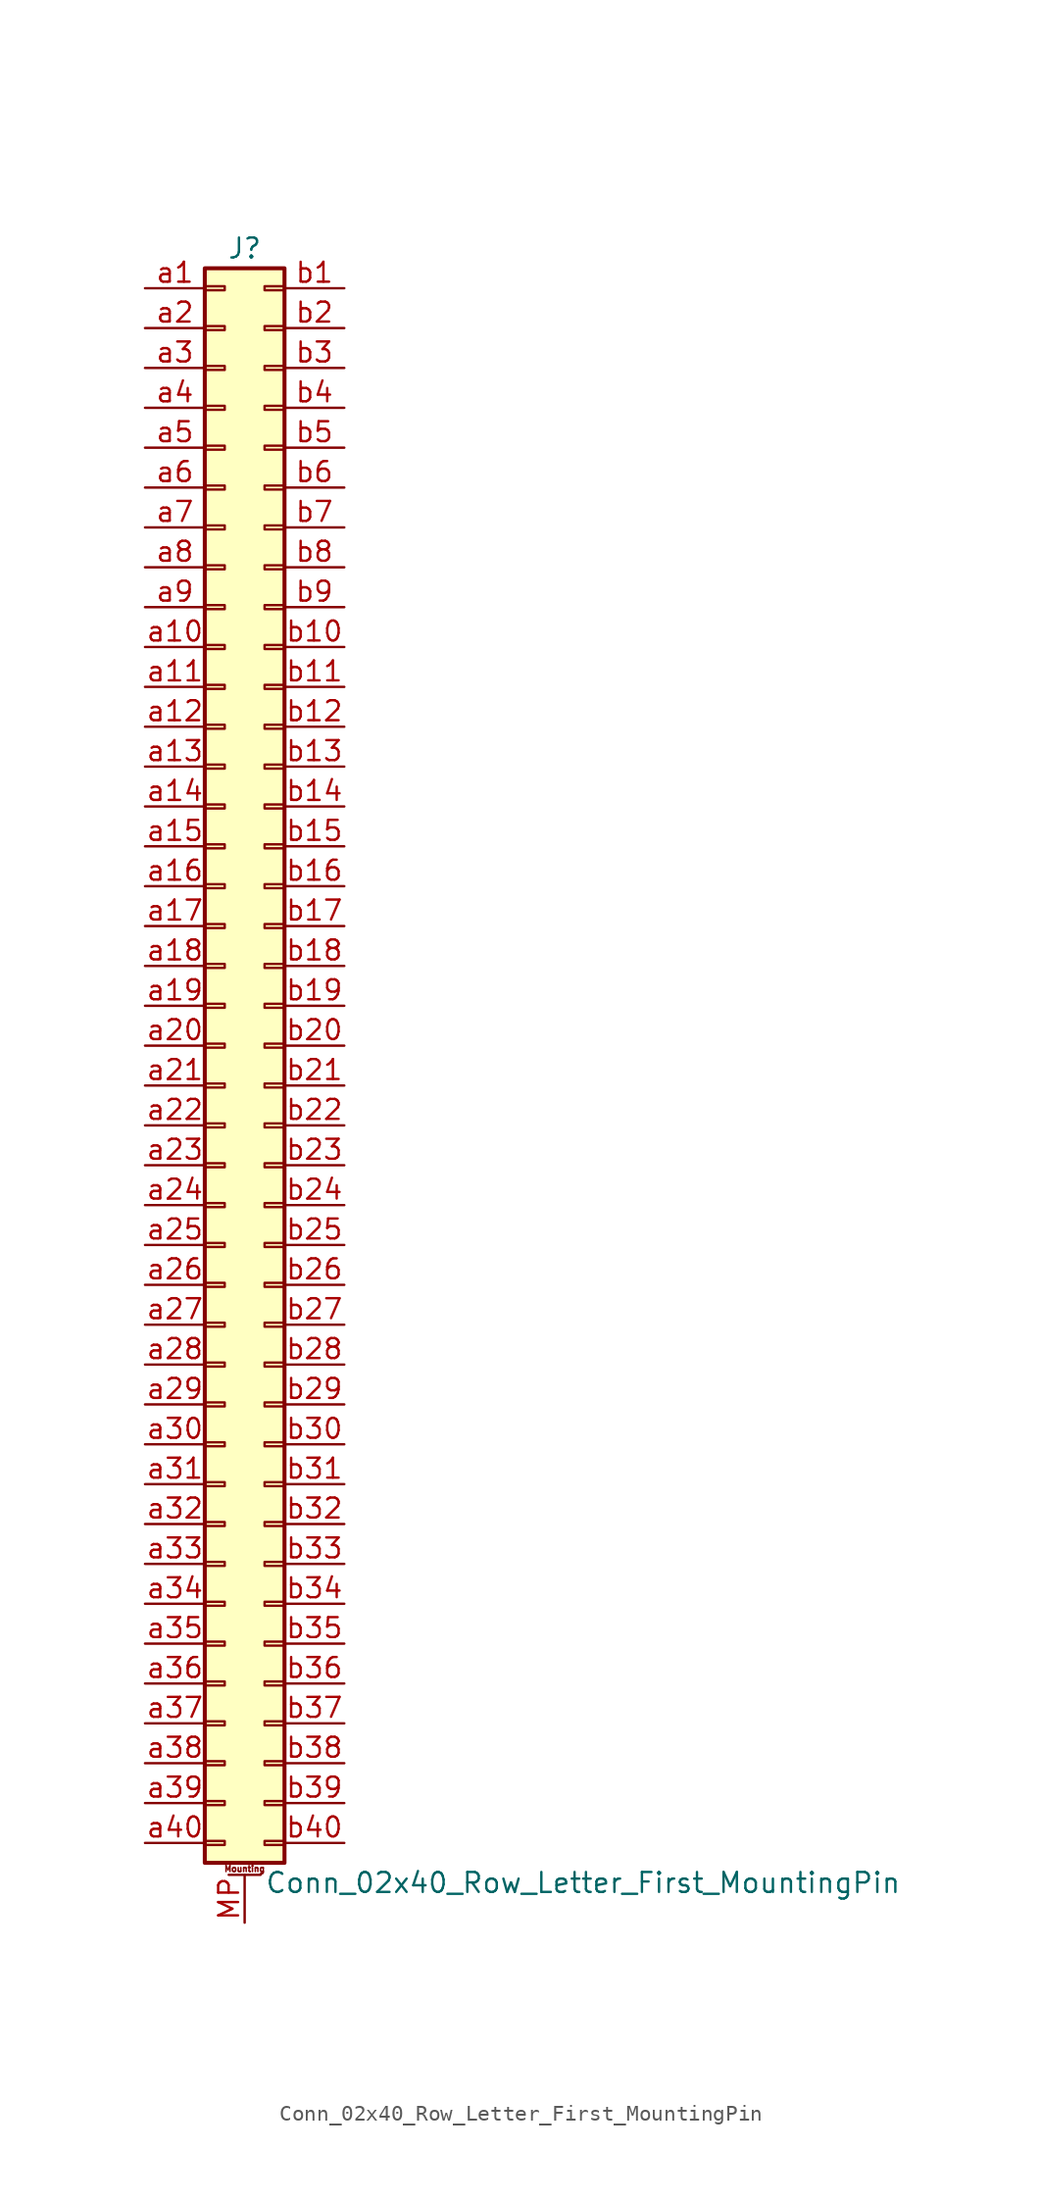
<source format=kicad_sym>
(kicad_symbol_lib
  (version 20201005)
  (generator kicad_symbol_editor)
  (symbol "Connector_Generic_MountingPin:Conn_02x40_Row_Letter_First_MountingPin"
    (pin_names
      (offset 1.016) hide)
    (property "Reference" "J"
      (at 1.27 50.8 0)
      (effects (font (size 1.27 1.27))))
    (property "Value" "Conn_02x40_Row_Letter_First_MountingPin"
      (at 2.54 -53.34 0)
      (effects (font (size 1.27 1.27)) (justify left)))
    (symbol "Conn_02x40_Row_Letter_First_MountingPin_1_1"
      (text "Mounting" (at 1.27 -52.451 0) (effects (font (size 0.381 0.381))))
      (rectangle (start -1.27 -27.813) (end 0 -28.067) (stroke (width 0.152)) (fill (type none)))
      (rectangle (start -1.27 -30.353) (end 0 -30.607) (stroke (width 0.152)) (fill (type none)))
      (rectangle (start -1.27 -32.893) (end 0 -33.147) (stroke (width 0.152)) (fill (type none)))
      (rectangle (start -1.27 -35.433) (end 0 -35.687) (stroke (width 0.152)) (fill (type none)))
      (rectangle (start -1.27 -37.973) (end 0 -38.227) (stroke (width 0.152)) (fill (type none)))
      (rectangle (start -1.27 -40.513) (end 0 -40.767) (stroke (width 0.152)) (fill (type none)))
      (rectangle (start -1.27 -43.053) (end 0 -43.307) (stroke (width 0.152)) (fill (type none)))
      (rectangle (start -1.27 -45.593) (end 0 -45.847) (stroke (width 0.152)) (fill (type none)))
      (rectangle (start -1.27 -48.133) (end 0 -48.387) (stroke (width 0.152)) (fill (type none)))
      (rectangle (start -1.27 -4.953) (end 0 -5.207) (stroke (width 0.152)) (fill (type none)))
      (rectangle (start -1.27 -50.673) (end 0 -50.927) (stroke (width 0.152)) (fill (type none)))
      (rectangle (start -1.27 -7.493) (end 0 -7.747) (stroke (width 0.152)) (fill (type none)))
      (rectangle (start -1.27 -10.033) (end 0 -10.287) (stroke (width 0.152)) (fill (type none)))
      (rectangle (start -1.27 -12.573) (end 0 -12.827) (stroke (width 0.152)) (fill (type none)))
      (rectangle (start -1.27 -15.113) (end 0 -15.367) (stroke (width 0.152)) (fill (type none)))
      (rectangle (start -1.27 -17.653) (end 0 -17.907) (stroke (width 0.152)) (fill (type none)))
      (rectangle (start -1.27 -20.193) (end 0 -20.447) (stroke (width 0.152)) (fill (type none)))
      (rectangle (start -1.27 -22.733) (end 0 -22.987) (stroke (width 0.152)) (fill (type none)))
      (rectangle (start -1.27 -2.413) (end 0 -2.667) (stroke (width 0.152)) (fill (type none)))
      (rectangle (start -1.27 -25.273) (end 0 -25.527) (stroke (width 0.152)) (fill (type none)))
      (rectangle (start -1.27 25.527) (end 0 25.273) (stroke (width 0.152)) (fill (type none)))
      (rectangle (start -1.27 2.667) (end 0 2.413) (stroke (width 0.152)) (fill (type none)))
      (rectangle (start -1.27 28.067) (end 0 27.813) (stroke (width 0.152)) (fill (type none)))
      (rectangle (start -1.27 30.607) (end 0 30.353) (stroke (width 0.152)) (fill (type none)))
      (rectangle (start -1.27 33.147) (end 0 32.893) (stroke (width 0.152)) (fill (type none)))
      (rectangle (start -1.27 35.687) (end 0 35.433) (stroke (width 0.152)) (fill (type none)))
      (rectangle (start -1.27 38.227) (end 0 37.973) (stroke (width 0.152)) (fill (type none)))
      (rectangle (start -1.27 40.767) (end 0 40.513) (stroke (width 0.152)) (fill (type none)))
      (rectangle (start -1.27 43.307) (end 0 43.053) (stroke (width 0.152)) (fill (type none)))
      (rectangle (start -1.27 45.847) (end 0 45.593) (stroke (width 0.152)) (fill (type none)))
      (rectangle (start -1.27 48.387) (end 0 48.133) (stroke (width 0.152)) (fill (type none)))
      (rectangle (start -1.27 49.53) (end 3.81 -52.07) (stroke (width 0.254)) (fill (type background)))
      (rectangle (start -1.27 5.207) (end 0 4.953) (stroke (width 0.152)) (fill (type none)))
      (rectangle (start -1.27 7.747) (end 0 7.493) (stroke (width 0.152)) (fill (type none)))
      (rectangle (start -1.27 10.287) (end 0 10.033) (stroke (width 0.152)) (fill (type none)))
      (rectangle (start -1.27 0.127) (end 0 -0.127) (stroke (width 0.152)) (fill (type none)))
      (rectangle (start -1.27 12.827) (end 0 12.573) (stroke (width 0.152)) (fill (type none)))
      (rectangle (start -1.27 15.367) (end 0 15.113) (stroke (width 0.152)) (fill (type none)))
      (rectangle (start -1.27 17.907) (end 0 17.653) (stroke (width 0.152)) (fill (type none)))
      (rectangle (start -1.27 20.447) (end 0 20.193) (stroke (width 0.152)) (fill (type none)))
      (rectangle (start -1.27 22.987) (end 0 22.733) (stroke (width 0.152)) (fill (type none)))
      (rectangle (start 3.81 -27.813) (end 2.54 -28.067) (stroke (width 0.152)) (fill (type none)))
      (rectangle (start 3.81 -30.353) (end 2.54 -30.607) (stroke (width 0.152)) (fill (type none)))
      (rectangle (start 3.81 -32.893) (end 2.54 -33.147) (stroke (width 0.152)) (fill (type none)))
      (rectangle (start 3.81 -35.433) (end 2.54 -35.687) (stroke (width 0.152)) (fill (type none)))
      (rectangle (start 3.81 -37.973) (end 2.54 -38.227) (stroke (width 0.152)) (fill (type none)))
      (rectangle (start 3.81 -40.513) (end 2.54 -40.767) (stroke (width 0.152)) (fill (type none)))
      (rectangle (start 3.81 -43.053) (end 2.54 -43.307) (stroke (width 0.152)) (fill (type none)))
      (rectangle (start 3.81 -45.593) (end 2.54 -45.847) (stroke (width 0.152)) (fill (type none)))
      (rectangle (start 3.81 -48.133) (end 2.54 -48.387) (stroke (width 0.152)) (fill (type none)))
      (rectangle (start 3.81 -4.953) (end 2.54 -5.207) (stroke (width 0.152)) (fill (type none)))
      (rectangle (start 3.81 -50.673) (end 2.54 -50.927) (stroke (width 0.152)) (fill (type none)))
      (rectangle (start 3.81 -7.493) (end 2.54 -7.747) (stroke (width 0.152)) (fill (type none)))
      (rectangle (start 3.81 -10.033) (end 2.54 -10.287) (stroke (width 0.152)) (fill (type none)))
      (rectangle (start 3.81 -12.573) (end 2.54 -12.827) (stroke (width 0.152)) (fill (type none)))
      (rectangle (start 3.81 -15.113) (end 2.54 -15.367) (stroke (width 0.152)) (fill (type none)))
      (rectangle (start 3.81 -17.653) (end 2.54 -17.907) (stroke (width 0.152)) (fill (type none)))
      (rectangle (start 3.81 -20.193) (end 2.54 -20.447) (stroke (width 0.152)) (fill (type none)))
      (rectangle (start 3.81 -22.733) (end 2.54 -22.987) (stroke (width 0.152)) (fill (type none)))
      (rectangle (start 3.81 -2.413) (end 2.54 -2.667) (stroke (width 0.152)) (fill (type none)))
      (rectangle (start 3.81 -25.273) (end 2.54 -25.527) (stroke (width 0.152)) (fill (type none)))
      (rectangle (start 3.81 25.527) (end 2.54 25.273) (stroke (width 0.152)) (fill (type none)))
      (rectangle (start 3.81 2.667) (end 2.54 2.413) (stroke (width 0.152)) (fill (type none)))
      (rectangle (start 3.81 28.067) (end 2.54 27.813) (stroke (width 0.152)) (fill (type none)))
      (rectangle (start 3.81 30.607) (end 2.54 30.353) (stroke (width 0.152)) (fill (type none)))
      (rectangle (start 3.81 33.147) (end 2.54 32.893) (stroke (width 0.152)) (fill (type none)))
      (rectangle (start 3.81 35.687) (end 2.54 35.433) (stroke (width 0.152)) (fill (type none)))
      (rectangle (start 3.81 38.227) (end 2.54 37.973) (stroke (width 0.152)) (fill (type none)))
      (rectangle (start 3.81 40.767) (end 2.54 40.513) (stroke (width 0.152)) (fill (type none)))
      (rectangle (start 3.81 43.307) (end 2.54 43.053) (stroke (width 0.152)) (fill (type none)))
      (rectangle (start 3.81 45.847) (end 2.54 45.593) (stroke (width 0.152)) (fill (type none)))
      (rectangle (start 3.81 48.387) (end 2.54 48.133) (stroke (width 0.152)) (fill (type none)))
      (rectangle (start 3.81 5.207) (end 2.54 4.953) (stroke (width 0.152)) (fill (type none)))
      (rectangle (start 3.81 7.747) (end 2.54 7.493) (stroke (width 0.152)) (fill (type none)))
      (rectangle (start 3.81 10.287) (end 2.54 10.033) (stroke (width 0.152)) (fill (type none)))
      (rectangle (start 3.81 0.127) (end 2.54 -0.127) (stroke (width 0.152)) (fill (type none)))
      (rectangle (start 3.81 12.827) (end 2.54 12.573) (stroke (width 0.152)) (fill (type none)))
      (rectangle (start 3.81 15.367) (end 2.54 15.113) (stroke (width 0.152)) (fill (type none)))
      (rectangle (start 3.81 17.907) (end 2.54 17.653) (stroke (width 0.152)) (fill (type none)))
      (rectangle (start 3.81 20.447) (end 2.54 20.193) (stroke (width 0.152)) (fill (type none)))
      (rectangle (start 3.81 22.987) (end 2.54 22.733) (stroke (width 0.152)) (fill (type none)))
      (polyline (pts (xy 0.254 -52.832) (xy 2.286 -52.832)) (stroke (width 0.152)) (fill (type none)))
      (pin passive line (at 1.27 -55.88 90) (length 3.048) (name "MountPin" (effects (font (size 1.27 1.27)))) (number "MP" (effects (font (size 1.27 1.27)))))
      (pin passive line (at -5.08 48.26 0) (length 3.81) (name "Pin_a1" (effects (font (size 1.27 1.27)))) (number "a1" (effects (font (size 1.27 1.27)))))
      (pin passive line (at -5.08 25.4 0) (length 3.81) (name "Pin_a10" (effects (font (size 1.27 1.27)))) (number "a10" (effects (font (size 1.27 1.27)))))
      (pin passive line (at -5.08 22.86 0) (length 3.81) (name "Pin_a11" (effects (font (size 1.27 1.27)))) (number "a11" (effects (font (size 1.27 1.27)))))
      (pin passive line (at -5.08 20.32 0) (length 3.81) (name "Pin_a12" (effects (font (size 1.27 1.27)))) (number "a12" (effects (font (size 1.27 1.27)))))
      (pin passive line (at -5.08 17.78 0) (length 3.81) (name "Pin_a13" (effects (font (size 1.27 1.27)))) (number "a13" (effects (font (size 1.27 1.27)))))
      (pin passive line (at -5.08 15.24 0) (length 3.81) (name "Pin_a14" (effects (font (size 1.27 1.27)))) (number "a14" (effects (font (size 1.27 1.27)))))
      (pin passive line (at -5.08 12.7 0) (length 3.81) (name "Pin_a15" (effects (font (size 1.27 1.27)))) (number "a15" (effects (font (size 1.27 1.27)))))
      (pin passive line (at -5.08 10.16 0) (length 3.81) (name "Pin_a16" (effects (font (size 1.27 1.27)))) (number "a16" (effects (font (size 1.27 1.27)))))
      (pin passive line (at -5.08 7.62 0) (length 3.81) (name "Pin_a17" (effects (font (size 1.27 1.27)))) (number "a17" (effects (font (size 1.27 1.27)))))
      (pin passive line (at -5.08 5.08 0) (length 3.81) (name "Pin_a18" (effects (font (size 1.27 1.27)))) (number "a18" (effects (font (size 1.27 1.27)))))
      (pin passive line (at -5.08 2.54 0) (length 3.81) (name "Pin_a19" (effects (font (size 1.27 1.27)))) (number "a19" (effects (font (size 1.27 1.27)))))
      (pin passive line (at -5.08 45.72 0) (length 3.81) (name "Pin_a2" (effects (font (size 1.27 1.27)))) (number "a2" (effects (font (size 1.27 1.27)))))
      (pin passive line (at -5.08 0 0) (length 3.81) (name "Pin_a20" (effects (font (size 1.27 1.27)))) (number "a20" (effects (font (size 1.27 1.27)))))
      (pin passive line (at -5.08 -2.54 0) (length 3.81) (name "Pin_a21" (effects (font (size 1.27 1.27)))) (number "a21" (effects (font (size 1.27 1.27)))))
      (pin passive line (at -5.08 -5.08 0) (length 3.81) (name "Pin_a22" (effects (font (size 1.27 1.27)))) (number "a22" (effects (font (size 1.27 1.27)))))
      (pin passive line (at -5.08 -7.62 0) (length 3.81) (name "Pin_a23" (effects (font (size 1.27 1.27)))) (number "a23" (effects (font (size 1.27 1.27)))))
      (pin passive line (at -5.08 -10.16 0) (length 3.81) (name "Pin_a24" (effects (font (size 1.27 1.27)))) (number "a24" (effects (font (size 1.27 1.27)))))
      (pin passive line (at -5.08 -12.7 0) (length 3.81) (name "Pin_a25" (effects (font (size 1.27 1.27)))) (number "a25" (effects (font (size 1.27 1.27)))))
      (pin passive line (at -5.08 -15.24 0) (length 3.81) (name "Pin_a26" (effects (font (size 1.27 1.27)))) (number "a26" (effects (font (size 1.27 1.27)))))
      (pin passive line (at -5.08 -17.78 0) (length 3.81) (name "Pin_a27" (effects (font (size 1.27 1.27)))) (number "a27" (effects (font (size 1.27 1.27)))))
      (pin passive line (at -5.08 -20.32 0) (length 3.81) (name "Pin_a28" (effects (font (size 1.27 1.27)))) (number "a28" (effects (font (size 1.27 1.27)))))
      (pin passive line (at -5.08 -22.86 0) (length 3.81) (name "Pin_a29" (effects (font (size 1.27 1.27)))) (number "a29" (effects (font (size 1.27 1.27)))))
      (pin passive line (at -5.08 43.18 0) (length 3.81) (name "Pin_a3" (effects (font (size 1.27 1.27)))) (number "a3" (effects (font (size 1.27 1.27)))))
      (pin passive line (at -5.08 -25.4 0) (length 3.81) (name "Pin_a30" (effects (font (size 1.27 1.27)))) (number "a30" (effects (font (size 1.27 1.27)))))
      (pin passive line (at -5.08 -27.94 0) (length 3.81) (name "Pin_a31" (effects (font (size 1.27 1.27)))) (number "a31" (effects (font (size 1.27 1.27)))))
      (pin passive line (at -5.08 -30.48 0) (length 3.81) (name "Pin_a32" (effects (font (size 1.27 1.27)))) (number "a32" (effects (font (size 1.27 1.27)))))
      (pin passive line (at -5.08 -33.02 0) (length 3.81) (name "Pin_a33" (effects (font (size 1.27 1.27)))) (number "a33" (effects (font (size 1.27 1.27)))))
      (pin passive line (at -5.08 -35.56 0) (length 3.81) (name "Pin_a34" (effects (font (size 1.27 1.27)))) (number "a34" (effects (font (size 1.27 1.27)))))
      (pin passive line (at -5.08 -38.1 0) (length 3.81) (name "Pin_a35" (effects (font (size 1.27 1.27)))) (number "a35" (effects (font (size 1.27 1.27)))))
      (pin passive line (at -5.08 -40.64 0) (length 3.81) (name "Pin_a36" (effects (font (size 1.27 1.27)))) (number "a36" (effects (font (size 1.27 1.27)))))
      (pin passive line (at -5.08 -43.18 0) (length 3.81) (name "Pin_a37" (effects (font (size 1.27 1.27)))) (number "a37" (effects (font (size 1.27 1.27)))))
      (pin passive line (at -5.08 -45.72 0) (length 3.81) (name "Pin_a38" (effects (font (size 1.27 1.27)))) (number "a38" (effects (font (size 1.27 1.27)))))
      (pin passive line (at -5.08 -48.26 0) (length 3.81) (name "Pin_a39" (effects (font (size 1.27 1.27)))) (number "a39" (effects (font (size 1.27 1.27)))))
      (pin passive line (at -5.08 40.64 0) (length 3.81) (name "Pin_a4" (effects (font (size 1.27 1.27)))) (number "a4" (effects (font (size 1.27 1.27)))))
      (pin passive line (at -5.08 -50.8 0) (length 3.81) (name "Pin_a40" (effects (font (size 1.27 1.27)))) (number "a40" (effects (font (size 1.27 1.27)))))
      (pin passive line (at -5.08 38.1 0) (length 3.81) (name "Pin_a5" (effects (font (size 1.27 1.27)))) (number "a5" (effects (font (size 1.27 1.27)))))
      (pin passive line (at -5.08 35.56 0) (length 3.81) (name "Pin_a6" (effects (font (size 1.27 1.27)))) (number "a6" (effects (font (size 1.27 1.27)))))
      (pin passive line (at -5.08 33.02 0) (length 3.81) (name "Pin_a7" (effects (font (size 1.27 1.27)))) (number "a7" (effects (font (size 1.27 1.27)))))
      (pin passive line (at -5.08 30.48 0) (length 3.81) (name "Pin_a8" (effects (font (size 1.27 1.27)))) (number "a8" (effects (font (size 1.27 1.27)))))
      (pin passive line (at -5.08 27.94 0) (length 3.81) (name "Pin_a9" (effects (font (size 1.27 1.27)))) (number "a9" (effects (font (size 1.27 1.27)))))
      (pin passive line (at 7.62 48.26 180) (length 3.81) (name "Pin_b1" (effects (font (size 1.27 1.27)))) (number "b1" (effects (font (size 1.27 1.27)))))
      (pin passive line (at 7.62 25.4 180) (length 3.81) (name "Pin_b10" (effects (font (size 1.27 1.27)))) (number "b10" (effects (font (size 1.27 1.27)))))
      (pin passive line (at 7.62 22.86 180) (length 3.81) (name "Pin_b11" (effects (font (size 1.27 1.27)))) (number "b11" (effects (font (size 1.27 1.27)))))
      (pin passive line (at 7.62 20.32 180) (length 3.81) (name "Pin_b12" (effects (font (size 1.27 1.27)))) (number "b12" (effects (font (size 1.27 1.27)))))
      (pin passive line (at 7.62 17.78 180) (length 3.81) (name "Pin_b13" (effects (font (size 1.27 1.27)))) (number "b13" (effects (font (size 1.27 1.27)))))
      (pin passive line (at 7.62 15.24 180) (length 3.81) (name "Pin_b14" (effects (font (size 1.27 1.27)))) (number "b14" (effects (font (size 1.27 1.27)))))
      (pin passive line (at 7.62 12.7 180) (length 3.81) (name "Pin_b15" (effects (font (size 1.27 1.27)))) (number "b15" (effects (font (size 1.27 1.27)))))
      (pin passive line (at 7.62 10.16 180) (length 3.81) (name "Pin_b16" (effects (font (size 1.27 1.27)))) (number "b16" (effects (font (size 1.27 1.27)))))
      (pin passive line (at 7.62 7.62 180) (length 3.81) (name "Pin_b17" (effects (font (size 1.27 1.27)))) (number "b17" (effects (font (size 1.27 1.27)))))
      (pin passive line (at 7.62 5.08 180) (length 3.81) (name "Pin_b18" (effects (font (size 1.27 1.27)))) (number "b18" (effects (font (size 1.27 1.27)))))
      (pin passive line (at 7.62 2.54 180) (length 3.81) (name "Pin_b19" (effects (font (size 1.27 1.27)))) (number "b19" (effects (font (size 1.27 1.27)))))
      (pin passive line (at 7.62 45.72 180) (length 3.81) (name "Pin_b2" (effects (font (size 1.27 1.27)))) (number "b2" (effects (font (size 1.27 1.27)))))
      (pin passive line (at 7.62 0 180) (length 3.81) (name "Pin_b20" (effects (font (size 1.27 1.27)))) (number "b20" (effects (font (size 1.27 1.27)))))
      (pin passive line (at 7.62 -2.54 180) (length 3.81) (name "Pin_b21" (effects (font (size 1.27 1.27)))) (number "b21" (effects (font (size 1.27 1.27)))))
      (pin passive line (at 7.62 -5.08 180) (length 3.81) (name "Pin_b22" (effects (font (size 1.27 1.27)))) (number "b22" (effects (font (size 1.27 1.27)))))
      (pin passive line (at 7.62 -7.62 180) (length 3.81) (name "Pin_b23" (effects (font (size 1.27 1.27)))) (number "b23" (effects (font (size 1.27 1.27)))))
      (pin passive line (at 7.62 -10.16 180) (length 3.81) (name "Pin_b24" (effects (font (size 1.27 1.27)))) (number "b24" (effects (font (size 1.27 1.27)))))
      (pin passive line (at 7.62 -12.7 180) (length 3.81) (name "Pin_b25" (effects (font (size 1.27 1.27)))) (number "b25" (effects (font (size 1.27 1.27)))))
      (pin passive line (at 7.62 -15.24 180) (length 3.81) (name "Pin_b26" (effects (font (size 1.27 1.27)))) (number "b26" (effects (font (size 1.27 1.27)))))
      (pin passive line (at 7.62 -17.78 180) (length 3.81) (name "Pin_b27" (effects (font (size 1.27 1.27)))) (number "b27" (effects (font (size 1.27 1.27)))))
      (pin passive line (at 7.62 -20.32 180) (length 3.81) (name "Pin_b28" (effects (font (size 1.27 1.27)))) (number "b28" (effects (font (size 1.27 1.27)))))
      (pin passive line (at 7.62 -22.86 180) (length 3.81) (name "Pin_b29" (effects (font (size 1.27 1.27)))) (number "b29" (effects (font (size 1.27 1.27)))))
      (pin passive line (at 7.62 43.18 180) (length 3.81) (name "Pin_b3" (effects (font (size 1.27 1.27)))) (number "b3" (effects (font (size 1.27 1.27)))))
      (pin passive line (at 7.62 -25.4 180) (length 3.81) (name "Pin_b30" (effects (font (size 1.27 1.27)))) (number "b30" (effects (font (size 1.27 1.27)))))
      (pin passive line (at 7.62 -27.94 180) (length 3.81) (name "Pin_b31" (effects (font (size 1.27 1.27)))) (number "b31" (effects (font (size 1.27 1.27)))))
      (pin passive line (at 7.62 -30.48 180) (length 3.81) (name "Pin_b32" (effects (font (size 1.27 1.27)))) (number "b32" (effects (font (size 1.27 1.27)))))
      (pin passive line (at 7.62 -33.02 180) (length 3.81) (name "Pin_b33" (effects (font (size 1.27 1.27)))) (number "b33" (effects (font (size 1.27 1.27)))))
      (pin passive line (at 7.62 -35.56 180) (length 3.81) (name "Pin_b34" (effects (font (size 1.27 1.27)))) (number "b34" (effects (font (size 1.27 1.27)))))
      (pin passive line (at 7.62 -38.1 180) (length 3.81) (name "Pin_b35" (effects (font (size 1.27 1.27)))) (number "b35" (effects (font (size 1.27 1.27)))))
      (pin passive line (at 7.62 -40.64 180) (length 3.81) (name "Pin_b36" (effects (font (size 1.27 1.27)))) (number "b36" (effects (font (size 1.27 1.27)))))
      (pin passive line (at 7.62 -43.18 180) (length 3.81) (name "Pin_b37" (effects (font (size 1.27 1.27)))) (number "b37" (effects (font (size 1.27 1.27)))))
      (pin passive line (at 7.62 -45.72 180) (length 3.81) (name "Pin_b38" (effects (font (size 1.27 1.27)))) (number "b38" (effects (font (size 1.27 1.27)))))
      (pin passive line (at 7.62 -48.26 180) (length 3.81) (name "Pin_b39" (effects (font (size 1.27 1.27)))) (number "b39" (effects (font (size 1.27 1.27)))))
      (pin passive line (at 7.62 40.64 180) (length 3.81) (name "Pin_b4" (effects (font (size 1.27 1.27)))) (number "b4" (effects (font (size 1.27 1.27)))))
      (pin passive line (at 7.62 -50.8 180) (length 3.81) (name "Pin_b40" (effects (font (size 1.27 1.27)))) (number "b40" (effects (font (size 1.27 1.27)))))
      (pin passive line (at 7.62 38.1 180) (length 3.81) (name "Pin_b5" (effects (font (size 1.27 1.27)))) (number "b5" (effects (font (size 1.27 1.27)))))
      (pin passive line (at 7.62 35.56 180) (length 3.81) (name "Pin_b6" (effects (font (size 1.27 1.27)))) (number "b6" (effects (font (size 1.27 1.27)))))
      (pin passive line (at 7.62 33.02 180) (length 3.81) (name "Pin_b7" (effects (font (size 1.27 1.27)))) (number "b7" (effects (font (size 1.27 1.27)))))
      (pin passive line (at 7.62 30.48 180) (length 3.81) (name "Pin_b8" (effects (font (size 1.27 1.27)))) (number "b8" (effects (font (size 1.27 1.27)))))
      (pin passive line (at 7.62 27.94 180) (length 3.81) (name "Pin_b9" (effects (font (size 1.27 1.27)))) (number "b9" (effects (font (size 1.27 1.27))))))))
</source>
